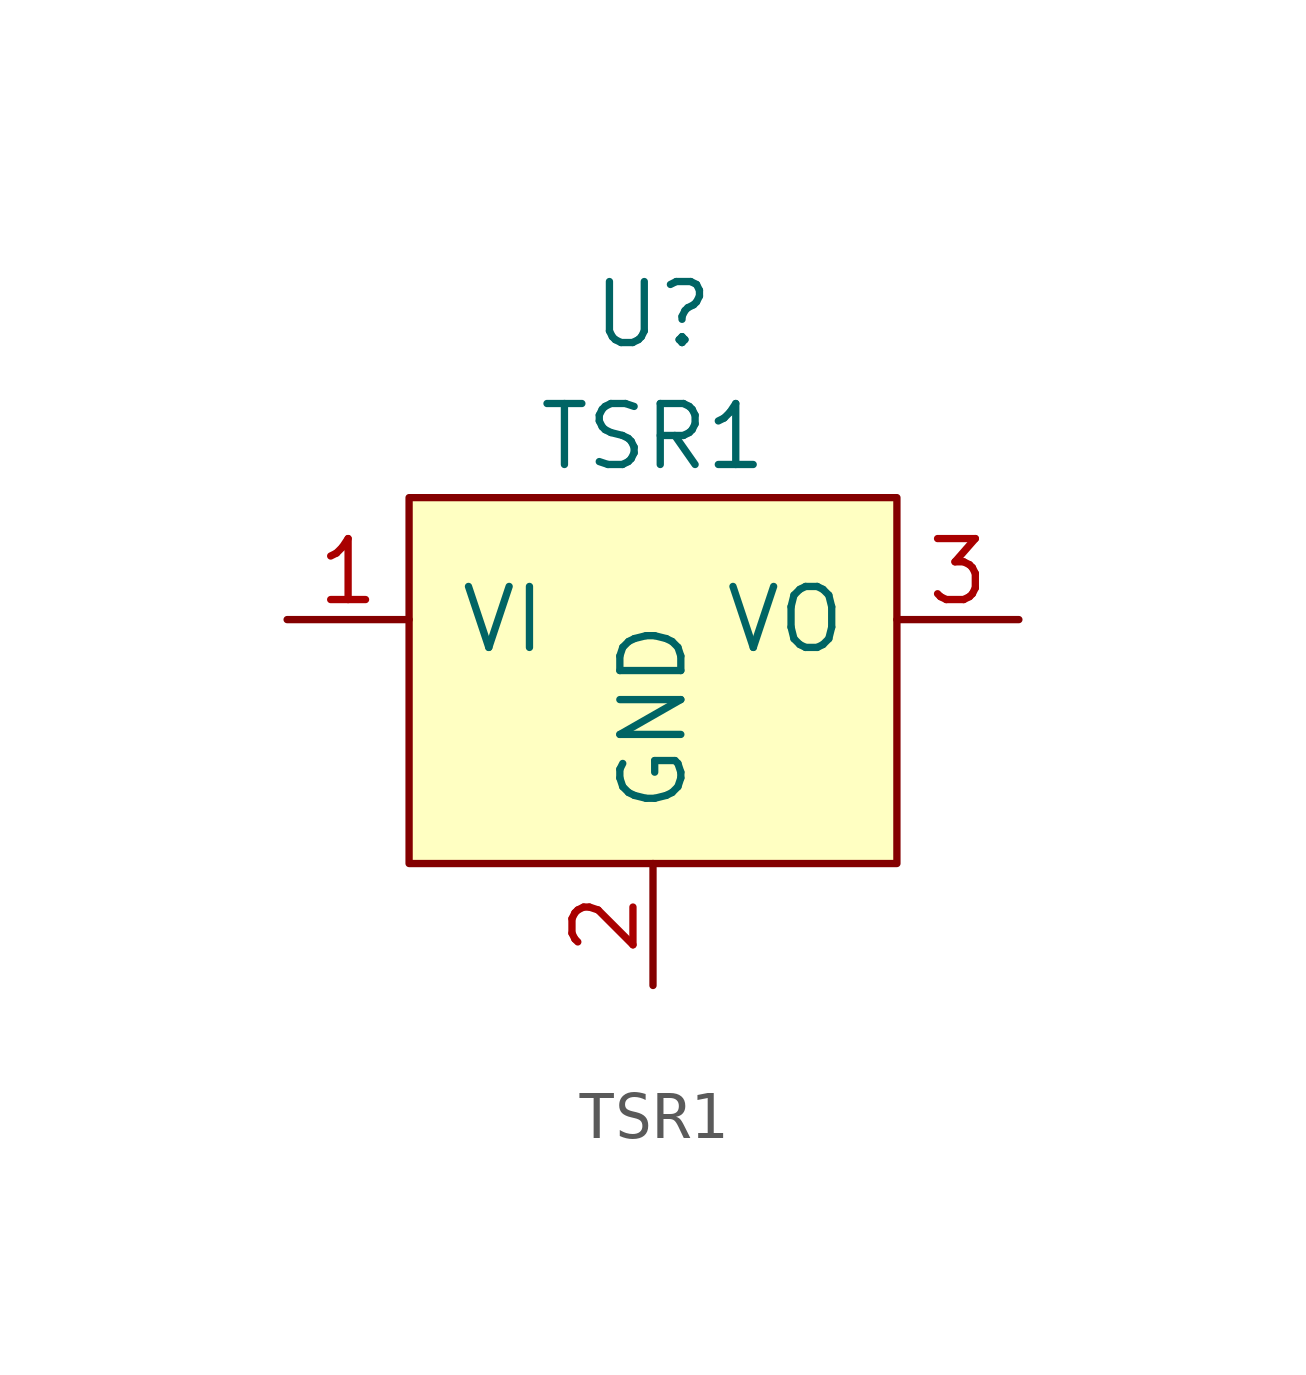
<source format=kicad_sym>
(kicad_symbol_lib
  (version 20220914)
  (generator kicad_symbol_editor)
  (symbol "TSR1"
    (pin_names
      (offset 1.016))
    (property "Reference" "U"
      (at 0 7.62 0)
      (effects (font (size 1.27 1.27))))
    (property "Value" "TSR1"
      (at 0 5.08 0)
      (effects (font (size 1.27 1.27))))
    (symbol "TSR1_0_1"
      (rectangle (start -5.08 3.81) (end 5.08 -3.81) (stroke (width 0) (type default)) (fill (type background))))
    (symbol "TSR1_1_1"
      (pin power_in line (at -7.62 1.27 0) (length 2.54) (name "VI" (effects (font (size 1.27 1.27)))) (number "1" (effects (font (size 1.27 1.27)))))
      (pin passive line (at 0 -6.35 90) (length 2.54) (name "GND" (effects (font (size 1.27 1.27)))) (number "2" (effects (font (size 1.27 1.27)))))
      (pin passive line (at 7.62 1.27 180) (length 2.54) (name "VO" (effects (font (size 1.27 1.27)))) (number "3" (effects (font (size 1.27 1.27))))))))
</source>
